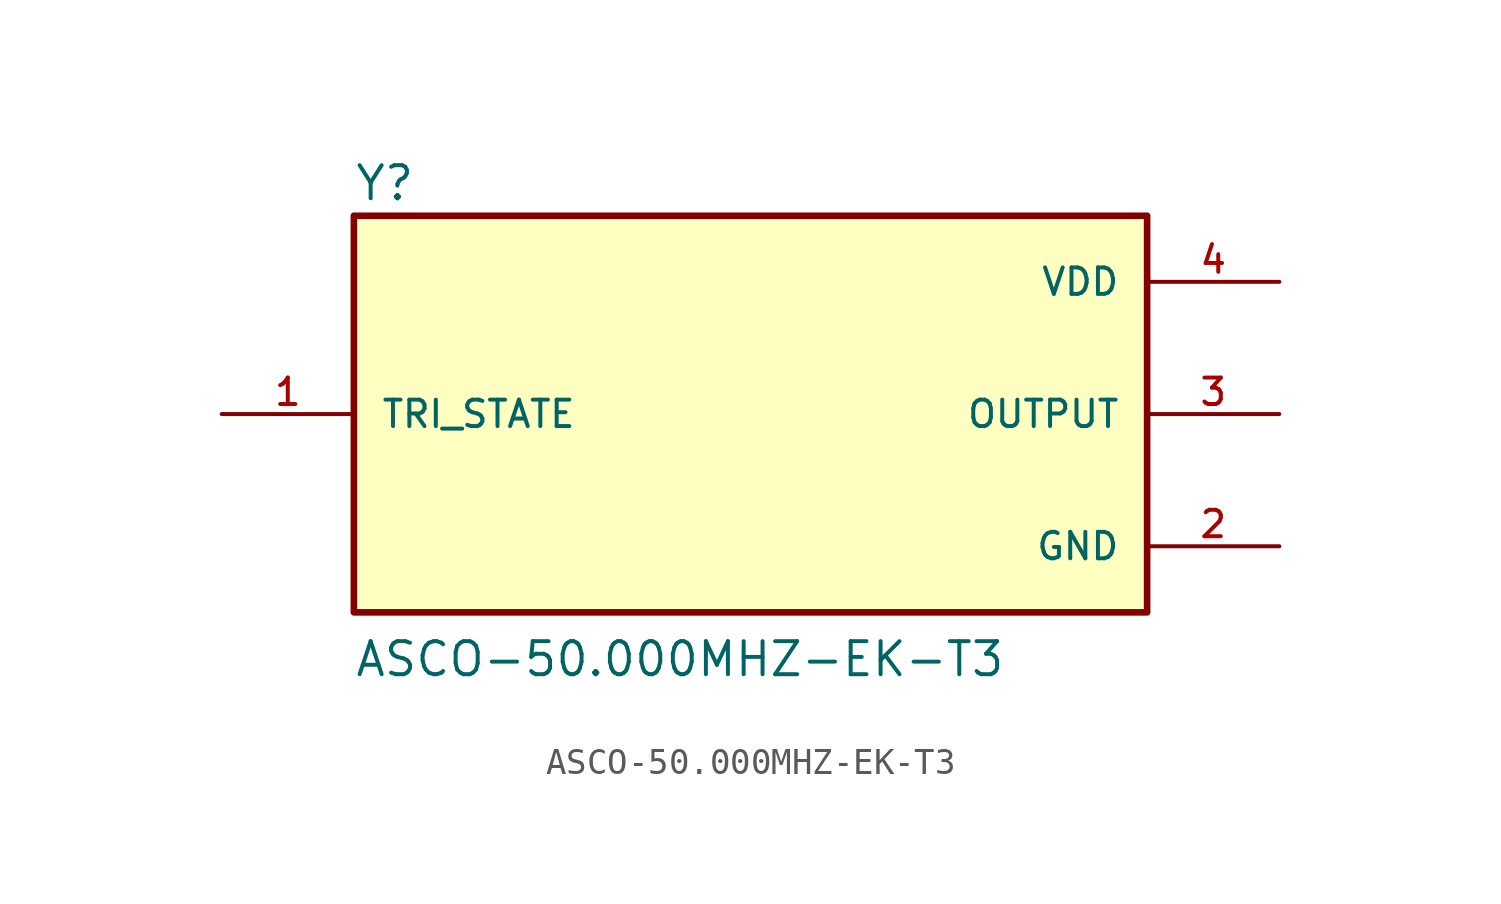
<source format=kicad_sym>
(kicad_symbol_lib
  (version 20211014)
  (generator kicad_symbol_editor)
  (symbol "ASCO-50.000MHZ-EK-T3"
    (pin_names
      (offset 1.016))
    (property "Reference" "Y"
      (at -15.24 8.128 0)
      (effects (font (size 1.27 1.27)) (justify left bottom)))
    (property "Value" "ASCO-50.000MHZ-EK-T3"
      (at -15.24 -10.16 0)
      (effects (font (size 1.27 1.27)) (justify left bottom)))
    (symbol "ASCO-50.000MHZ-EK-T3_0_0"
      (rectangle (start -15.24 -7.62) (end 15.24 7.62) (stroke (width 0.254) (type default) (color 0 0 0 0)) (fill (type background)))
      (pin passive line (at -20.32 0 0) (length 5.08) (name "TRI_STATE" (effects (font (size 1.016 1.016)))) (number "1" (effects (font (size 1.016 1.016)))))
      (pin power_in line (at 20.32 -5.08 180) (length 5.08) (name "GND" (effects (font (size 1.016 1.016)))) (number "2" (effects (font (size 1.016 1.016)))))
      (pin output line (at 20.32 0 180) (length 5.08) (name "OUTPUT" (effects (font (size 1.016 1.016)))) (number "3" (effects (font (size 1.016 1.016)))))
      (pin power_in line (at 20.32 5.08 180) (length 5.08) (name "VDD" (effects (font (size 1.016 1.016)))) (number "4" (effects (font (size 1.016 1.016))))))))
</source>
